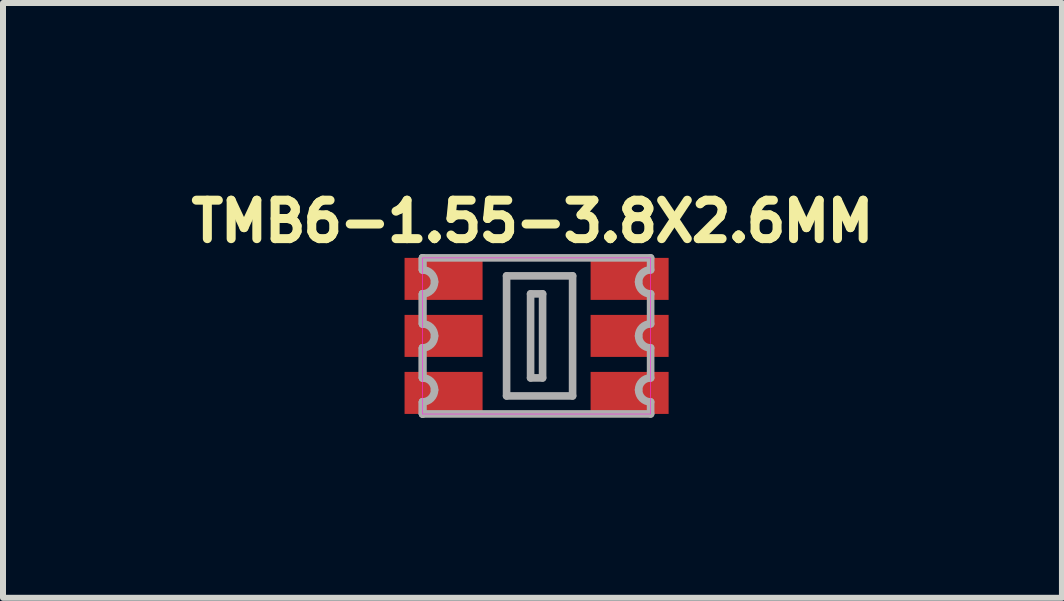
<source format=kicad_pcb>
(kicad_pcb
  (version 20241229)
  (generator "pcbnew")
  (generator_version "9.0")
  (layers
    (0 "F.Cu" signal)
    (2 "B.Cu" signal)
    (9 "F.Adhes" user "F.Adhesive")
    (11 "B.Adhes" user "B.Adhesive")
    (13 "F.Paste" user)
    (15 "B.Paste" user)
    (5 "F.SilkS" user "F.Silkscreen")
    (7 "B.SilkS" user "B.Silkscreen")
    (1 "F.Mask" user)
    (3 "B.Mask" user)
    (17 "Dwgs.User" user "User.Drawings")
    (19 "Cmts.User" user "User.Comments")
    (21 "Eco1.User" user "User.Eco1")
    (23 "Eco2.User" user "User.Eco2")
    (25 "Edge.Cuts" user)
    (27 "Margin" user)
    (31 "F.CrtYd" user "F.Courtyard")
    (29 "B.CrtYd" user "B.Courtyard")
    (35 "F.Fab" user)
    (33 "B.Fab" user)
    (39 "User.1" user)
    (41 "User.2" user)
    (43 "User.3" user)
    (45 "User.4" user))
  (footprint "TMB6-1.55-3.8X2.6MM"
    (layer "F.Cu")
    (at 5.891 2.547)
    (property "Reference" "TMB6-1.55-3.8X2.6MM" (at -0.068 -1.909 0) (layer "F.SilkS") (effects (font (size 0.641 0.641) (thickness 0.15))))
    (attr smd)
    (fp_poly (pts (xy -1.902 -1.3) (xy 1.9 -1.3) (xy 1.9 1.302) (xy -1.902 1.302)) (stroke (width 0.01) (type solid)) (fill no) (layer "F.CrtYd"))
    (fp_line (start -1.9 -1.3) (end 1.9 -1.3) (stroke (width 0.127) (type solid)) (layer "F.Fab"))
    (fp_line (start -1.9 -1.1) (end -1.9 -1.3) (stroke (width 0.127) (type solid)) (layer "F.Fab"))
    (fp_line (start -1.9 -1.1) (end -1.9 -1.3) (stroke (width 0.127) (type solid)) (layer "F.Fab"))
    (fp_line (start -1.9 -1.1) (end -1.9 -1.3) (stroke (width 0.127) (type solid)) (layer "F.Fab"))
    (fp_line (start -1.9 -0.2) (end -1.9 -0.7) (stroke (width 0.127) (type solid)) (layer "F.Fab"))
    (fp_line (start -1.9 -0.2) (end -1.9 -0.7) (stroke (width 0.127) (type solid)) (layer "F.Fab"))
    (fp_line (start -1.9 -0.2) (end -1.9 -0.7) (stroke (width 0.127) (type solid)) (layer "F.Fab"))
    (fp_line (start -1.9 0.7) (end -1.9 0.2) (stroke (width 0.127) (type solid)) (layer "F.Fab"))
    (fp_line (start -1.9 0.7) (end -1.9 0.2) (stroke (width 0.127) (type solid)) (layer "F.Fab"))
    (fp_line (start -1.9 0.7) (end -1.9 0.2) (stroke (width 0.127) (type solid)) (layer "F.Fab"))
    (fp_line (start -1.9 1.3) (end -1.9 1.1) (stroke (width 0.127) (type solid)) (layer "F.Fab"))
    (fp_line (start -1.9 1.3) (end -1.9 1.1) (stroke (width 0.127) (type solid)) (layer "F.Fab"))
    (fp_line (start -1.9 1.3) (end -1.9 1.1) (stroke (width 0.127) (type solid)) (layer "F.Fab"))
    (fp_line (start -0.5 -1) (end 0.6 -1) (stroke (width 0.127) (type solid)) (layer "F.Fab"))
    (fp_line (start -0.5 1) (end -0.5 -1) (stroke (width 0.127) (type solid)) (layer "F.Fab"))
    (fp_line (start -0.1 -0.7) (end 0.1 -0.7) (stroke (width 0.127) (type solid)) (layer "F.Fab"))
    (fp_line (start -0.1 0.7) (end -0.1 -0.7) (stroke (width 0.127) (type solid)) (layer "F.Fab"))
    (fp_line (start 0.1 -0.7) (end 0.1 0.7) (stroke (width 0.127) (type solid)) (layer "F.Fab"))
    (fp_line (start 0.1 0.7) (end -0.1 0.7) (stroke (width 0.127) (type solid)) (layer "F.Fab"))
    (fp_line (start 0.6 -1) (end 0.6 1) (stroke (width 0.127) (type solid)) (layer "F.Fab"))
    (fp_line (start 0.6 1) (end -0.5 1) (stroke (width 0.127) (type solid)) (layer "F.Fab"))
    (fp_line (start 1.9 -1.3) (end 1.9 -1.1) (stroke (width 0.127) (type solid)) (layer "F.Fab"))
    (fp_line (start 1.9 -0.7) (end 1.9 -0.2) (stroke (width 0.127) (type solid)) (layer "F.Fab"))
    (fp_line (start 1.9 0.2) (end 1.9 0.7) (stroke (width 0.127) (type solid)) (layer "F.Fab"))
    (fp_line (start 1.9 1.1) (end 1.9 1.3) (stroke (width 0.127) (type solid)) (layer "F.Fab"))
    (fp_line (start 1.9 1.3) (end -1.9 1.3) (stroke (width 0.127) (type solid)) (layer "F.Fab"))
    (fp_arc (start -1.9 -1.1) (mid -1.758579 -1.041421) (end -1.7 -0.9) (stroke (width 0.127) (type solid)) (layer "F.Fab"))
    (fp_arc (start -1.9 -0.2) (mid -1.758579 -0.141421) (end -1.7 0) (stroke (width 0.127) (type solid)) (layer "F.Fab"))
    (fp_arc (start -1.9 0.7) (mid -1.758579 0.758579) (end -1.7 0.9) (stroke (width 0.127) (type solid)) (layer "F.Fab"))
    (fp_arc (start -1.7 -0.9) (mid -1.758579 -0.758579) (end -1.9 -0.7) (stroke (width 0.127) (type solid)) (layer "F.Fab"))
    (fp_arc (start -1.7 0) (mid -1.758579 0.141421) (end -1.9 0.2) (stroke (width 0.127) (type solid)) (layer "F.Fab"))
    (fp_arc (start -1.7 0.9) (mid -1.758579 1.041421) (end -1.9 1.1) (stroke (width 0.127) (type solid)) (layer "F.Fab"))
    (fp_arc (start 1.7 -0.9) (mid 1.758579 -1.041421) (end 1.9 -1.1) (stroke (width 0.127) (type solid)) (layer "F.Fab"))
    (fp_arc (start 1.7 0) (mid 1.758579 -0.141421) (end 1.9 -0.2) (stroke (width 0.127) (type solid)) (layer "F.Fab"))
    (fp_arc (start 1.7 0.9) (mid 1.758579 0.758579) (end 1.9 0.7) (stroke (width 0.127) (type solid)) (layer "F.Fab"))
    (fp_arc (start 1.9 -0.7) (mid 1.758579 -0.758579) (end 1.7 -0.9) (stroke (width 0.127) (type solid)) (layer "F.Fab"))
    (fp_arc (start 1.9 0.2) (mid 1.758579 0.141421) (end 1.7 0) (stroke (width 0.127) (type solid)) (layer "F.Fab"))
    (fp_arc (start 1.9 1.1) (mid 1.758579 1.041421) (end 1.7 0.9) (stroke (width 0.127) (type solid)) (layer "F.Fab"))
    (fp_poly (pts (xy -0.1 -0.7) (xy 0.1 -0.7) (xy 0.1 0.701) (xy -0.1 0.701)) (stroke (width 0.01) (type solid)) (fill no) (layer "F.Fab"))
    (pad "1" smd rect (at -1.55 -0.95) (size 1.3 0.7) (layers "F.Cu" "F.Mask" "F.Paste"))
    (pad "2" smd rect (at -1.55 0) (size 1.3 0.7) (layers "F.Cu" "F.Mask" "F.Paste"))
    (pad "3" smd rect (at -1.55 0.95) (size 1.3 0.7) (layers "F.Cu" "F.Mask" "F.Paste"))
    (pad "4" smd rect (at 1.55 0.95 180) (size 1.3 0.7) (layers "F.Cu" "F.Mask" "F.Paste"))
    (pad "5" smd rect (at 1.55 0 180) (size 1.3 0.7) (layers "F.Cu" "F.Mask" "F.Paste"))
    (pad "6" smd rect (at 1.55 -0.95 180) (size 1.3 0.7) (layers "F.Cu" "F.Mask" "F.Paste")))
  (gr_rect
    (start -3 -3)
    (end 14.645 6.911)
    (stroke (width 0.1) (type default))
    (fill no)
    (layer "Edge.Cuts")))
</source>
